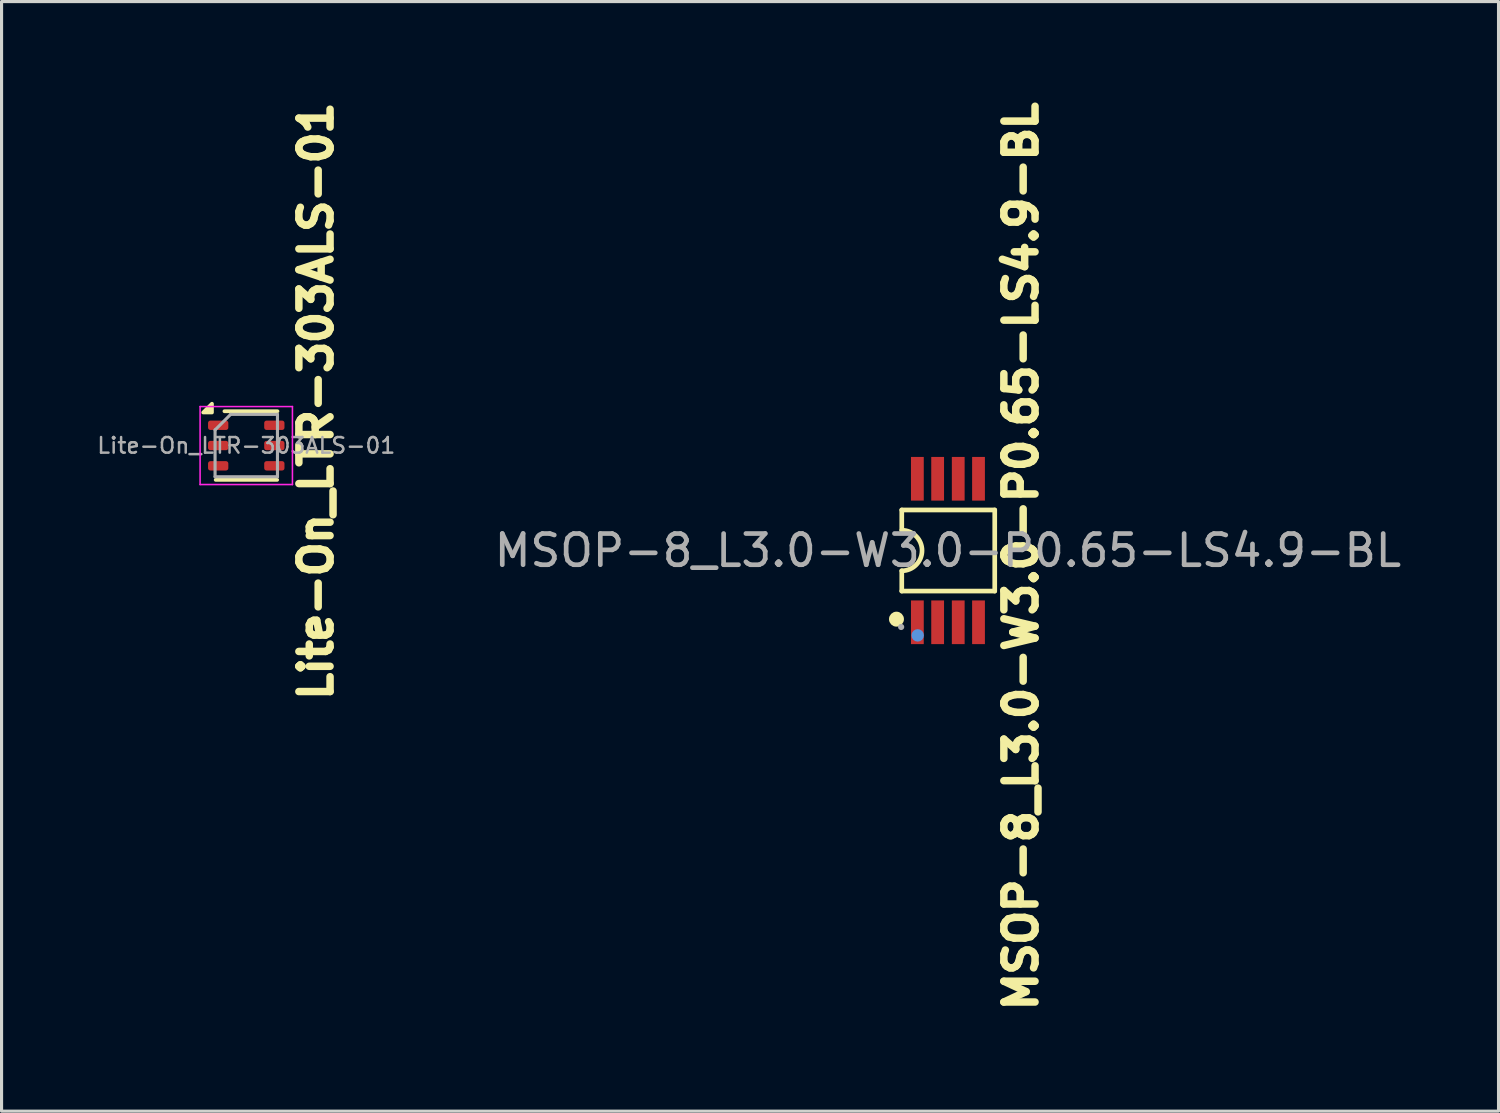
<source format=kicad_pcb>
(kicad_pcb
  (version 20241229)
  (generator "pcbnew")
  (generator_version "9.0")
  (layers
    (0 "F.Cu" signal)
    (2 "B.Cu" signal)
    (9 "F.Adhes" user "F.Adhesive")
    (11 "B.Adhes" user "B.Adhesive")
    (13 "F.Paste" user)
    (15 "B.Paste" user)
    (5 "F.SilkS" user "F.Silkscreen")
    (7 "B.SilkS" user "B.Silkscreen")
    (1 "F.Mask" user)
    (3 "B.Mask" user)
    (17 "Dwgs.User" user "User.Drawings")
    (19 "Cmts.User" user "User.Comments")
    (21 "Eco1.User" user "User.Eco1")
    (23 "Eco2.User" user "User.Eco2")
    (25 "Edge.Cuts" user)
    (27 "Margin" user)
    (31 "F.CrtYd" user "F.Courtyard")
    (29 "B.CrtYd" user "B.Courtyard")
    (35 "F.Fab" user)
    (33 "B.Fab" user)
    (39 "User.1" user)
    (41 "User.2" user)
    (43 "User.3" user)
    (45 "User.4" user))
  (footprint "MSOP-8_L3.0-W3.0-P0.65-LS4.9-BL"
    (layer "F.Cu")
    (at 27.336 14.597)
    (property "Reference" "MSOP-8_L3.0-W3.0-P0.65-LS4.9-BL" (at 2.342 0.187 90) (layer "F.SilkS") (effects (font (size 1 1) (thickness 0.24))))
    (attr through_hole)
    (fp_line (start -1.48 -1.3) (end -1.48 -0.65) (stroke (width 0.15) (type solid)) (layer "F.SilkS"))
    (fp_line (start -1.48 0.65) (end -1.48 1.3) (stroke (width 0.15) (type solid)) (layer "F.SilkS"))
    (fp_line (start -1.48 1.3) (end 1.5 1.3) (stroke (width 0.15) (type solid)) (layer "F.SilkS"))
    (fp_line (start 1.5 -1.3) (end -1.48 -1.3) (stroke (width 0.15) (type solid)) (layer "F.SilkS"))
    (fp_line (start 1.5 1.3) (end 1.5 -1.3) (stroke (width 0.15) (type solid)) (layer "F.SilkS"))
    (fp_arc (start -1.48 -0.649999) (mid -0.830001 0) (end -1.48 0.649999) (stroke (width 0.15) (type solid)) (layer "F.SilkS"))
    (fp_circle (center -1.65 2.2) (end -1.53 2.2) (stroke (width 0.24) (type solid)) (fill no) (layer "F.SilkS"))
    (fp_circle (center -0.97 2.72) (end -0.87 2.72) (stroke (width 0.2) (type solid)) (fill no) (layer "Cmts.User"))
    (fp_circle (center -1.5 2.45) (end -1.45 2.45) (stroke (width 0.1) (type solid)) (fill no) (layer "F.Fab"))
    (fp_text user "${REFERENCE}" (at 0 0 180) (layer "F.Fab") (effects (font (size 1 1) (thickness 0.15))))
    (pad "1" smd rect (at -0.98 2.3) (size 0.41 1.4) (layers "F.Cu" "F.Mask" "F.Paste"))
    (pad "2" smd rect (at -0.33 2.3) (size 0.41 1.4) (layers "F.Cu" "F.Mask" "F.Paste"))
    (pad "3" smd rect (at 0.33 2.3) (size 0.41 1.4) (layers "F.Cu" "F.Mask" "F.Paste"))
    (pad "4" smd rect (at 0.98 2.3) (size 0.41 1.4) (layers "F.Cu" "F.Mask" "F.Paste"))
    (pad "5" smd rect (at 0.98 -2.3) (size 0.41 1.4) (layers "F.Cu" "F.Mask" "F.Paste"))
    (pad "6" smd rect (at 0.33 -2.3) (size 0.41 1.4) (layers "F.Cu" "F.Mask" "F.Paste"))
    (pad "7" smd rect (at -0.33 -2.3) (size 0.41 1.4) (layers "F.Cu" "F.Mask" "F.Paste"))
    (pad "8" smd rect (at -0.98 -2.3) (size 0.41 1.4) (layers "F.Cu" "F.Mask" "F.Paste")))
  (footprint "Lite-On_LTR-303ALS-01"
    (layer "F.Cu")
    (at 4.844 11.232)
    (property "Reference" "Lite-On_LTR-303ALS-01" (at 2.236 -1.424 90) (layer "F.SilkS") (effects (font (size 1 1) (thickness 0.24) (bold yes))))
    (attr smd)
    (fp_line (start -0.98 1.1) (end 0.99 1.1) (stroke (width 0.12) (type solid)) (layer "F.SilkS"))
    (fp_line (start -0.7 -1.1) (end 1 -1.1) (stroke (width 0.12) (type solid)) (layer "F.SilkS"))
    (fp_poly (pts (xy -1.1 -1.06) (xy -1.38 -1.06) (xy -1.1 -1.34) (xy -1.1 -1.06)) (stroke (width 0.12) (type solid)) (fill yes) (layer "F.SilkS"))
    (fp_line (start -1.48 -1.25) (end -1.48 1.25) (stroke (width 0.05) (type solid)) (layer "F.CrtYd"))
    (fp_line (start -1.48 1.25) (end 1.48 1.25) (stroke (width 0.05) (type solid)) (layer "F.CrtYd"))
    (fp_line (start 1.48 -1.25) (end -1.48 -1.25) (stroke (width 0.05) (type solid)) (layer "F.CrtYd"))
    (fp_line (start 1.48 1.25) (end 1.48 -1.25) (stroke (width 0.05) (type solid)) (layer "F.CrtYd"))
    (fp_line (start -1 -0.5) (end -0.5 -1) (stroke (width 0.1) (type solid)) (layer "F.Fab"))
    (fp_line (start -1 1) (end -1 -0.5) (stroke (width 0.1) (type solid)) (layer "F.Fab"))
    (fp_line (start -0.5 -1) (end 1 -1) (stroke (width 0.1) (type solid)) (layer "F.Fab"))
    (fp_line (start 1 -1) (end 1 1) (stroke (width 0.1) (type solid)) (layer "F.Fab"))
    (fp_line (start 1 1) (end -1 1) (stroke (width 0.1) (type solid)) (layer "F.Fab"))
    (fp_text user "${REFERENCE}" (at 0 0 0) (layer "F.Fab") (effects (font (size 0.5 0.5) (thickness 0.08))))
    (pad "1" smd roundrect (at -0.9 -0.65) (size 0.65 0.3) (layers "F.Cu" "F.Mask" "F.Paste") (roundrect_rratio 0.25))
    (pad "2" smd roundrect (at -0.9 0) (size 0.65 0.3) (layers "F.Cu" "F.Mask" "F.Paste") (roundrect_rratio 0.25))
    (pad "3" smd roundrect (at -0.9 0.65) (size 0.65 0.3) (layers "F.Cu" "F.Mask" "F.Paste") (roundrect_rratio 0.25))
    (pad "4" smd roundrect (at 0.9 0.65) (size 0.65 0.3) (layers "F.Cu" "F.Mask" "F.Paste") (roundrect_rratio 0.25))
    (pad "5" smd roundrect (at 0.9 0) (size 0.65 0.3) (layers "F.Cu" "F.Mask" "F.Paste") (roundrect_rratio 0.25))
    (pad "6" smd roundrect (at 0.9 -0.65) (size 0.65 0.3) (layers "F.Cu" "F.Mask" "F.Paste") (roundrect_rratio 0.25)))
  (gr_rect
    (start -3 -3)
    (end 44.985 32.568)
    (stroke (width 0.1) (type default))
    (fill no)
    (layer "Edge.Cuts")))
</source>
